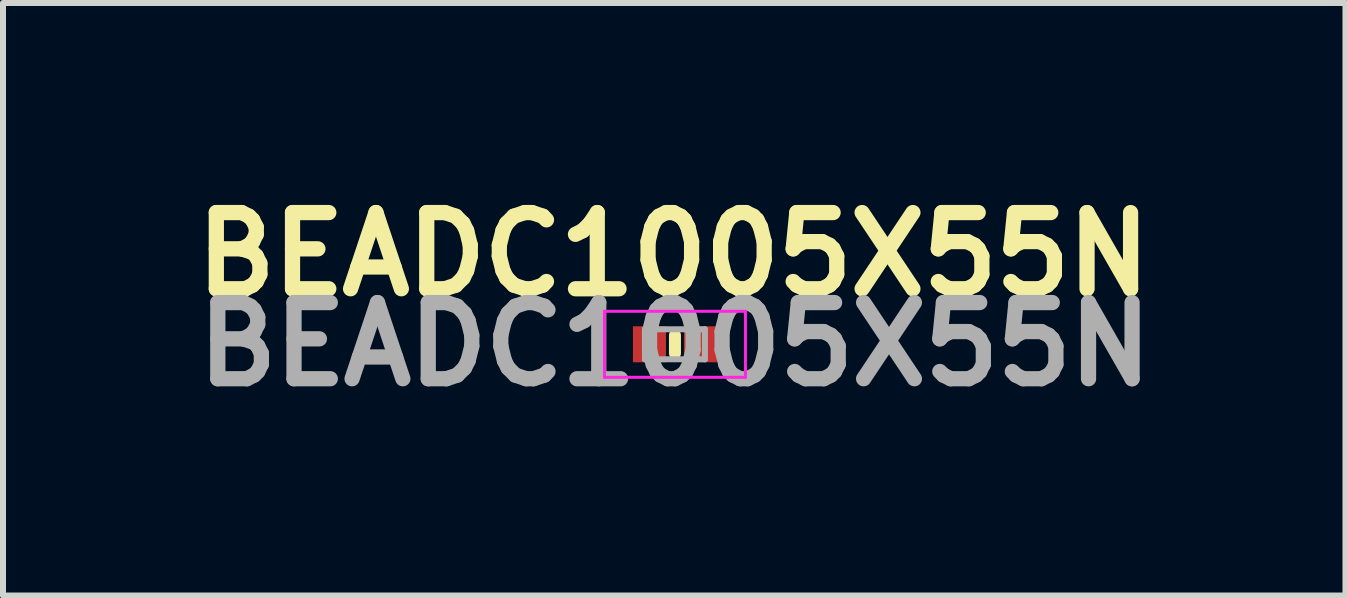
<source format=kicad_pcb>
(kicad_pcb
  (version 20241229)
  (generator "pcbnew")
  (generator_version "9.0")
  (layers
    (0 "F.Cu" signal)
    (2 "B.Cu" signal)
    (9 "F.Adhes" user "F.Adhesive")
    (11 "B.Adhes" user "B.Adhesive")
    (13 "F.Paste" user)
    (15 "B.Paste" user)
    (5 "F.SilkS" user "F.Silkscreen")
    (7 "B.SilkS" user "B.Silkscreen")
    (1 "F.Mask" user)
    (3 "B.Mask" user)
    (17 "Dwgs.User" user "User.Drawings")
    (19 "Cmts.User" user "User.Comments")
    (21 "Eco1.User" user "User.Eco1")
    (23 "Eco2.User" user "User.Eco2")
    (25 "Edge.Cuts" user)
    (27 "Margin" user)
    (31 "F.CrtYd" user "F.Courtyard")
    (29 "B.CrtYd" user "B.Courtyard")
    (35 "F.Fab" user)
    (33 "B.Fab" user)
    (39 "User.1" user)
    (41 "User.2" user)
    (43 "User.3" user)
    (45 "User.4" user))
  (footprint "BEADC1005X55N"
    (layer "F.Cu")
    (at 8.201 2.689)
    (property "Reference" "BEADC1005X55N" (at -0.025 -1.5 0) (layer "F.SilkS") (effects (font (size 1.27 1.27) (thickness 0.254))))
    (attr smd)
    (fp_line (start 0 -0.15) (end 0 0.15) (stroke (width 0.2) (type solid)) (layer "F.SilkS"))
    (fp_line (start -1.175 -0.55) (end 1.175 -0.55) (stroke (width 0.05) (type solid)) (layer "F.CrtYd"))
    (fp_line (start -1.175 0.55) (end -1.175 -0.55) (stroke (width 0.05) (type solid)) (layer "F.CrtYd"))
    (fp_line (start 1.175 -0.55) (end 1.175 0.55) (stroke (width 0.05) (type solid)) (layer "F.CrtYd"))
    (fp_line (start 1.175 0.55) (end -1.175 0.55) (stroke (width 0.05) (type solid)) (layer "F.CrtYd"))
    (fp_line (start -0.5 -0.25) (end 0.5 -0.25) (stroke (width 0.1) (type solid)) (layer "F.Fab"))
    (fp_line (start -0.5 0.25) (end -0.5 -0.25) (stroke (width 0.1) (type solid)) (layer "F.Fab"))
    (fp_line (start 0.5 -0.25) (end 0.5 0.25) (stroke (width 0.1) (type solid)) (layer "F.Fab"))
    (fp_line (start 0.5 0.25) (end -0.5 0.25) (stroke (width 0.1) (type solid)) (layer "F.Fab"))
    (fp_text user "${REFERENCE}" (at 0 0 0) (layer "F.Fab") (effects (font (size 1.27 1.27) (thickness 0.254))))
    (pad "1" smd rect (at -0.425 0) (size 0.55 0.6) (layers "F.Cu" "F.Mask" "F.Paste"))
    (pad "2" smd rect (at 0.425 0) (size 0.55 0.6) (layers "F.Cu" "F.Mask" "F.Paste")))
  (gr_rect
    (start -3 -3)
    (end 19.378 6.877)
    (stroke (width 0.1) (type default))
    (fill no)
    (layer "Edge.Cuts")))
</source>
